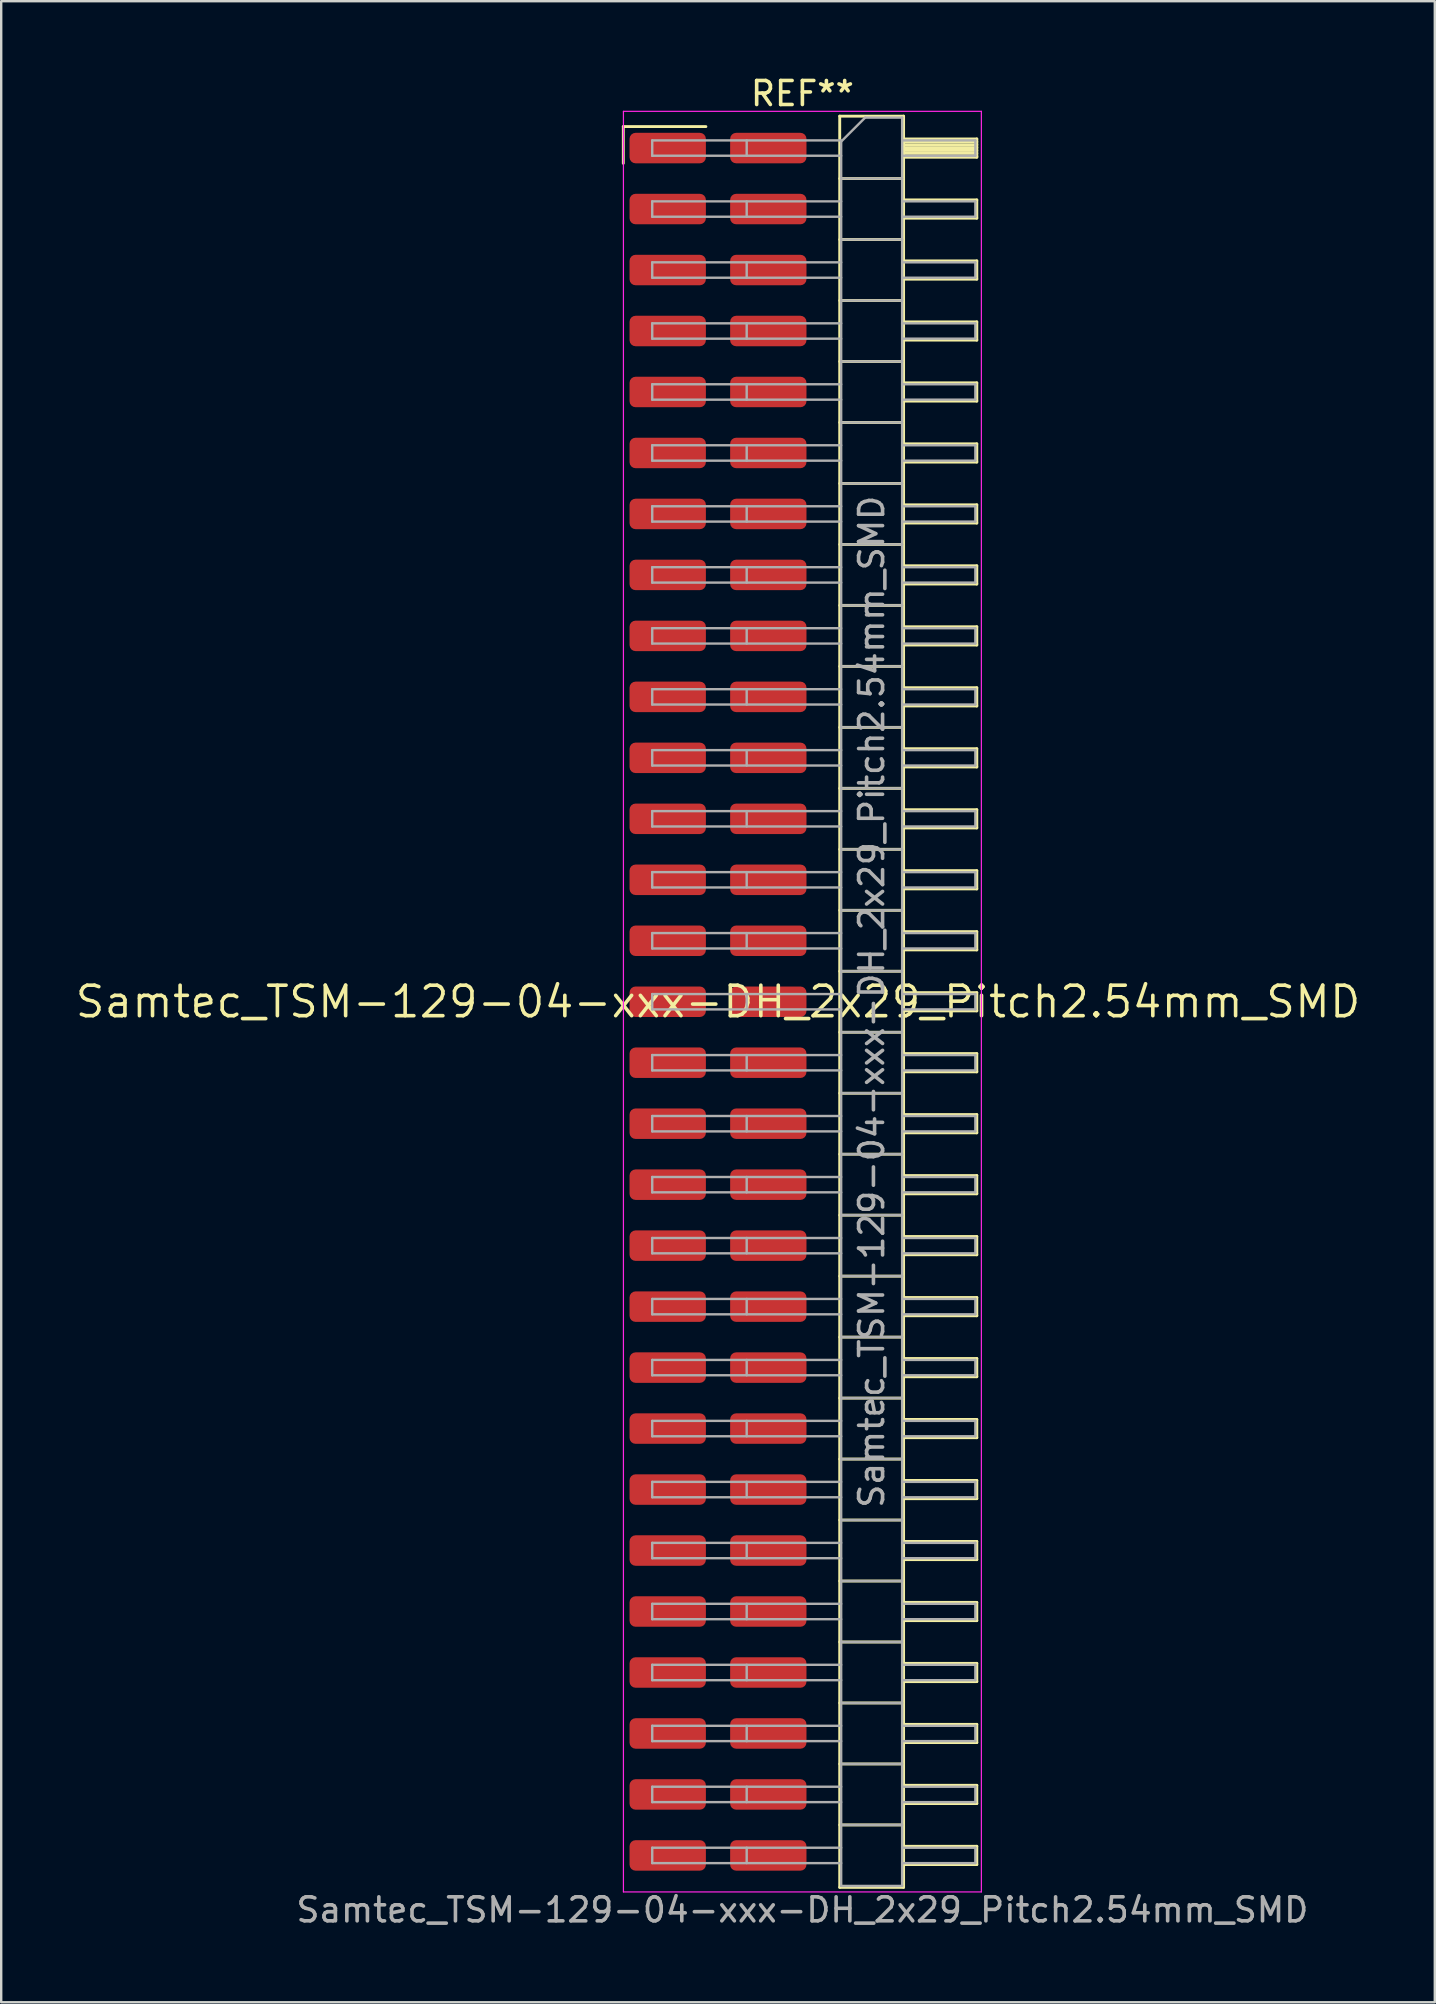
<source format=kicad_pcb>
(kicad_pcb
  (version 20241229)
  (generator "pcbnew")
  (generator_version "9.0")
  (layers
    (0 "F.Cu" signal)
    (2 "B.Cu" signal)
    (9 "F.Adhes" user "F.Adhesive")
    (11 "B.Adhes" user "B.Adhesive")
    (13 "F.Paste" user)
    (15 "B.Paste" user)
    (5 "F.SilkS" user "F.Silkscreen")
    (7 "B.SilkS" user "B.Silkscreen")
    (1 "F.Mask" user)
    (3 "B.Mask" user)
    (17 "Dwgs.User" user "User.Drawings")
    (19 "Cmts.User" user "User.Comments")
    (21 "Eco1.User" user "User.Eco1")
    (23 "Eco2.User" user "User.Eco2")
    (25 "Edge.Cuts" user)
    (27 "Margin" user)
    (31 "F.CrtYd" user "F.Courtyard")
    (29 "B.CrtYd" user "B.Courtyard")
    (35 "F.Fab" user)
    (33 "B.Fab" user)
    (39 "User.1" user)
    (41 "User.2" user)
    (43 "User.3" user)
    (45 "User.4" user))
  (footprint "Samtec_TSM-129-04-xxx-DH_2x29_Pitch2.54mm_SMD"
    (layer "F.Cu")
    (at 26.859 38.678)
    (property "Reference" "Samtec_TSM-129-04-xxx-DH_2x29_Pitch2.54mm_SMD" (at 0 0 0) (layer "F.SilkS") (effects (font (size 1.27 1.27) (thickness 0.15))))
    (attr smd)
    (fp_line (start -3.945 -36.455) (end -0.505 -36.455) (stroke (width 0.12) (type solid)) (layer "F.SilkS"))
    (fp_line (start -3.945 -34.925) (end -3.945 -36.455) (stroke (width 0.12) (type solid)) (layer "F.SilkS"))
    (fp_line (start 5.07 -36.89) (end 7.73 -36.89) (stroke (width 0.12) (type solid)) (layer "F.SilkS"))
    (fp_line (start 5.07 -34.29) (end 7.73 -34.29) (stroke (width 0.12) (type solid)) (layer "F.SilkS"))
    (fp_line (start 5.07 -31.75) (end 7.73 -31.75) (stroke (width 0.12) (type solid)) (layer "F.SilkS"))
    (fp_line (start 5.07 -29.21) (end 7.73 -29.21) (stroke (width 0.12) (type solid)) (layer "F.SilkS"))
    (fp_line (start 5.07 -26.67) (end 7.73 -26.67) (stroke (width 0.12) (type solid)) (layer "F.SilkS"))
    (fp_line (start 5.07 -24.13) (end 7.73 -24.13) (stroke (width 0.12) (type solid)) (layer "F.SilkS"))
    (fp_line (start 5.07 -21.59) (end 7.73 -21.59) (stroke (width 0.12) (type solid)) (layer "F.SilkS"))
    (fp_line (start 5.07 -19.05) (end 7.73 -19.05) (stroke (width 0.12) (type solid)) (layer "F.SilkS"))
    (fp_line (start 5.07 -16.51) (end 7.73 -16.51) (stroke (width 0.12) (type solid)) (layer "F.SilkS"))
    (fp_line (start 5.07 -13.97) (end 7.73 -13.97) (stroke (width 0.12) (type solid)) (layer "F.SilkS"))
    (fp_line (start 5.07 -11.43) (end 7.73 -11.43) (stroke (width 0.12) (type solid)) (layer "F.SilkS"))
    (fp_line (start 5.07 -8.89) (end 7.73 -8.89) (stroke (width 0.12) (type solid)) (layer "F.SilkS"))
    (fp_line (start 5.07 -6.35) (end 7.73 -6.35) (stroke (width 0.12) (type solid)) (layer "F.SilkS"))
    (fp_line (start 5.07 -3.81) (end 7.73 -3.81) (stroke (width 0.12) (type solid)) (layer "F.SilkS"))
    (fp_line (start 5.07 -1.27) (end 7.73 -1.27) (stroke (width 0.12) (type solid)) (layer "F.SilkS"))
    (fp_line (start 5.07 1.27) (end 7.73 1.27) (stroke (width 0.12) (type solid)) (layer "F.SilkS"))
    (fp_line (start 5.07 3.81) (end 7.73 3.81) (stroke (width 0.12) (type solid)) (layer "F.SilkS"))
    (fp_line (start 5.07 6.35) (end 7.73 6.35) (stroke (width 0.12) (type solid)) (layer "F.SilkS"))
    (fp_line (start 5.07 8.89) (end 7.73 8.89) (stroke (width 0.12) (type solid)) (layer "F.SilkS"))
    (fp_line (start 5.07 11.43) (end 7.73 11.43) (stroke (width 0.12) (type solid)) (layer "F.SilkS"))
    (fp_line (start 5.07 13.97) (end 7.73 13.97) (stroke (width 0.12) (type solid)) (layer "F.SilkS"))
    (fp_line (start 5.07 16.51) (end 7.73 16.51) (stroke (width 0.12) (type solid)) (layer "F.SilkS"))
    (fp_line (start 5.07 19.05) (end 7.73 19.05) (stroke (width 0.12) (type solid)) (layer "F.SilkS"))
    (fp_line (start 5.07 21.59) (end 7.73 21.59) (stroke (width 0.12) (type solid)) (layer "F.SilkS"))
    (fp_line (start 5.07 24.13) (end 7.73 24.13) (stroke (width 0.12) (type solid)) (layer "F.SilkS"))
    (fp_line (start 5.07 26.67) (end 7.73 26.67) (stroke (width 0.12) (type solid)) (layer "F.SilkS"))
    (fp_line (start 5.07 29.21) (end 7.73 29.21) (stroke (width 0.12) (type solid)) (layer "F.SilkS"))
    (fp_line (start 5.07 31.75) (end 7.73 31.75) (stroke (width 0.12) (type solid)) (layer "F.SilkS"))
    (fp_line (start 5.07 34.29) (end 7.73 34.29) (stroke (width 0.12) (type solid)) (layer "F.SilkS"))
    (fp_line (start 5.07 36.89) (end 5.07 -36.89) (stroke (width 0.12) (type solid)) (layer "F.SilkS"))
    (fp_line (start 7.73 -36.89) (end 7.73 36.89) (stroke (width 0.12) (type solid)) (layer "F.SilkS"))
    (fp_line (start 7.73 -35.94) (end 10.78 -35.94) (stroke (width 0.12) (type solid)) (layer "F.SilkS"))
    (fp_line (start 7.73 -35.82) (end 10.78 -35.82) (stroke (width 0.12) (type solid)) (layer "F.SilkS"))
    (fp_line (start 7.73 -35.7) (end 10.78 -35.7) (stroke (width 0.12) (type solid)) (layer "F.SilkS"))
    (fp_line (start 7.73 -35.58) (end 10.78 -35.58) (stroke (width 0.12) (type solid)) (layer "F.SilkS"))
    (fp_line (start 7.73 -35.46) (end 10.78 -35.46) (stroke (width 0.12) (type solid)) (layer "F.SilkS"))
    (fp_line (start 7.73 -35.34) (end 10.78 -35.34) (stroke (width 0.12) (type solid)) (layer "F.SilkS"))
    (fp_line (start 7.73 -35.22) (end 10.78 -35.22) (stroke (width 0.12) (type solid)) (layer "F.SilkS"))
    (fp_line (start 7.73 -35.18) (end 10.78 -35.18) (stroke (width 0.12) (type solid)) (layer "F.SilkS"))
    (fp_line (start 7.73 -33.4) (end 10.78 -33.4) (stroke (width 0.12) (type solid)) (layer "F.SilkS"))
    (fp_line (start 7.73 -32.64) (end 10.78 -32.64) (stroke (width 0.12) (type solid)) (layer "F.SilkS"))
    (fp_line (start 7.73 -30.86) (end 10.78 -30.86) (stroke (width 0.12) (type solid)) (layer "F.SilkS"))
    (fp_line (start 7.73 -30.1) (end 10.78 -30.1) (stroke (width 0.12) (type solid)) (layer "F.SilkS"))
    (fp_line (start 7.73 -28.32) (end 10.78 -28.32) (stroke (width 0.12) (type solid)) (layer "F.SilkS"))
    (fp_line (start 7.73 -27.56) (end 10.78 -27.56) (stroke (width 0.12) (type solid)) (layer "F.SilkS"))
    (fp_line (start 7.73 -25.78) (end 10.78 -25.78) (stroke (width 0.12) (type solid)) (layer "F.SilkS"))
    (fp_line (start 7.73 -25.02) (end 10.78 -25.02) (stroke (width 0.12) (type solid)) (layer "F.SilkS"))
    (fp_line (start 7.73 -23.24) (end 10.78 -23.24) (stroke (width 0.12) (type solid)) (layer "F.SilkS"))
    (fp_line (start 7.73 -22.48) (end 10.78 -22.48) (stroke (width 0.12) (type solid)) (layer "F.SilkS"))
    (fp_line (start 7.73 -20.7) (end 10.78 -20.7) (stroke (width 0.12) (type solid)) (layer "F.SilkS"))
    (fp_line (start 7.73 -19.94) (end 10.78 -19.94) (stroke (width 0.12) (type solid)) (layer "F.SilkS"))
    (fp_line (start 7.73 -18.16) (end 10.78 -18.16) (stroke (width 0.12) (type solid)) (layer "F.SilkS"))
    (fp_line (start 7.73 -17.4) (end 10.78 -17.4) (stroke (width 0.12) (type solid)) (layer "F.SilkS"))
    (fp_line (start 7.73 -15.62) (end 10.78 -15.62) (stroke (width 0.12) (type solid)) (layer "F.SilkS"))
    (fp_line (start 7.73 -14.86) (end 10.78 -14.86) (stroke (width 0.12) (type solid)) (layer "F.SilkS"))
    (fp_line (start 7.73 -13.08) (end 10.78 -13.08) (stroke (width 0.12) (type solid)) (layer "F.SilkS"))
    (fp_line (start 7.73 -12.32) (end 10.78 -12.32) (stroke (width 0.12) (type solid)) (layer "F.SilkS"))
    (fp_line (start 7.73 -10.54) (end 10.78 -10.54) (stroke (width 0.12) (type solid)) (layer "F.SilkS"))
    (fp_line (start 7.73 -9.78) (end 10.78 -9.78) (stroke (width 0.12) (type solid)) (layer "F.SilkS"))
    (fp_line (start 7.73 -8) (end 10.78 -8) (stroke (width 0.12) (type solid)) (layer "F.SilkS"))
    (fp_line (start 7.73 -7.24) (end 10.78 -7.24) (stroke (width 0.12) (type solid)) (layer "F.SilkS"))
    (fp_line (start 7.73 -5.46) (end 10.78 -5.46) (stroke (width 0.12) (type solid)) (layer "F.SilkS"))
    (fp_line (start 7.73 -4.7) (end 10.78 -4.7) (stroke (width 0.12) (type solid)) (layer "F.SilkS"))
    (fp_line (start 7.73 -2.92) (end 10.78 -2.92) (stroke (width 0.12) (type solid)) (layer "F.SilkS"))
    (fp_line (start 7.73 -2.16) (end 10.78 -2.16) (stroke (width 0.12) (type solid)) (layer "F.SilkS"))
    (fp_line (start 7.73 -0.38) (end 10.78 -0.38) (stroke (width 0.12) (type solid)) (layer "F.SilkS"))
    (fp_line (start 7.73 0.38) (end 10.78 0.38) (stroke (width 0.12) (type solid)) (layer "F.SilkS"))
    (fp_line (start 7.73 2.16) (end 10.78 2.16) (stroke (width 0.12) (type solid)) (layer "F.SilkS"))
    (fp_line (start 7.73 2.92) (end 10.78 2.92) (stroke (width 0.12) (type solid)) (layer "F.SilkS"))
    (fp_line (start 7.73 4.7) (end 10.78 4.7) (stroke (width 0.12) (type solid)) (layer "F.SilkS"))
    (fp_line (start 7.73 5.46) (end 10.78 5.46) (stroke (width 0.12) (type solid)) (layer "F.SilkS"))
    (fp_line (start 7.73 7.24) (end 10.78 7.24) (stroke (width 0.12) (type solid)) (layer "F.SilkS"))
    (fp_line (start 7.73 8) (end 10.78 8) (stroke (width 0.12) (type solid)) (layer "F.SilkS"))
    (fp_line (start 7.73 9.78) (end 10.78 9.78) (stroke (width 0.12) (type solid)) (layer "F.SilkS"))
    (fp_line (start 7.73 10.54) (end 10.78 10.54) (stroke (width 0.12) (type solid)) (layer "F.SilkS"))
    (fp_line (start 7.73 12.32) (end 10.78 12.32) (stroke (width 0.12) (type solid)) (layer "F.SilkS"))
    (fp_line (start 7.73 13.08) (end 10.78 13.08) (stroke (width 0.12) (type solid)) (layer "F.SilkS"))
    (fp_line (start 7.73 14.86) (end 10.78 14.86) (stroke (width 0.12) (type solid)) (layer "F.SilkS"))
    (fp_line (start 7.73 15.62) (end 10.78 15.62) (stroke (width 0.12) (type solid)) (layer "F.SilkS"))
    (fp_line (start 7.73 17.4) (end 10.78 17.4) (stroke (width 0.12) (type solid)) (layer "F.SilkS"))
    (fp_line (start 7.73 18.16) (end 10.78 18.16) (stroke (width 0.12) (type solid)) (layer "F.SilkS"))
    (fp_line (start 7.73 19.94) (end 10.78 19.94) (stroke (width 0.12) (type solid)) (layer "F.SilkS"))
    (fp_line (start 7.73 20.7) (end 10.78 20.7) (stroke (width 0.12) (type solid)) (layer "F.SilkS"))
    (fp_line (start 7.73 22.48) (end 10.78 22.48) (stroke (width 0.12) (type solid)) (layer "F.SilkS"))
    (fp_line (start 7.73 23.24) (end 10.78 23.24) (stroke (width 0.12) (type solid)) (layer "F.SilkS"))
    (fp_line (start 7.73 25.02) (end 10.78 25.02) (stroke (width 0.12) (type solid)) (layer "F.SilkS"))
    (fp_line (start 7.73 25.78) (end 10.78 25.78) (stroke (width 0.12) (type solid)) (layer "F.SilkS"))
    (fp_line (start 7.73 27.56) (end 10.78 27.56) (stroke (width 0.12) (type solid)) (layer "F.SilkS"))
    (fp_line (start 7.73 28.32) (end 10.78 28.32) (stroke (width 0.12) (type solid)) (layer "F.SilkS"))
    (fp_line (start 7.73 30.1) (end 10.78 30.1) (stroke (width 0.12) (type solid)) (layer "F.SilkS"))
    (fp_line (start 7.73 30.86) (end 10.78 30.86) (stroke (width 0.12) (type solid)) (layer "F.SilkS"))
    (fp_line (start 7.73 32.64) (end 10.78 32.64) (stroke (width 0.12) (type solid)) (layer "F.SilkS"))
    (fp_line (start 7.73 33.4) (end 10.78 33.4) (stroke (width 0.12) (type solid)) (layer "F.SilkS"))
    (fp_line (start 7.73 35.18) (end 10.78 35.18) (stroke (width 0.12) (type solid)) (layer "F.SilkS"))
    (fp_line (start 7.73 35.94) (end 10.78 35.94) (stroke (width 0.12) (type solid)) (layer "F.SilkS"))
    (fp_line (start 7.73 36.89) (end 5.07 36.89) (stroke (width 0.12) (type solid)) (layer "F.SilkS"))
    (fp_line (start 10.78 -35.94) (end 10.78 -35.18) (stroke (width 0.12) (type solid)) (layer "F.SilkS"))
    (fp_line (start 10.78 -33.4) (end 10.78 -32.64) (stroke (width 0.12) (type solid)) (layer "F.SilkS"))
    (fp_line (start 10.78 -30.86) (end 10.78 -30.1) (stroke (width 0.12) (type solid)) (layer "F.SilkS"))
    (fp_line (start 10.78 -28.32) (end 10.78 -27.56) (stroke (width 0.12) (type solid)) (layer "F.SilkS"))
    (fp_line (start 10.78 -25.78) (end 10.78 -25.02) (stroke (width 0.12) (type solid)) (layer "F.SilkS"))
    (fp_line (start 10.78 -23.24) (end 10.78 -22.48) (stroke (width 0.12) (type solid)) (layer "F.SilkS"))
    (fp_line (start 10.78 -20.7) (end 10.78 -19.94) (stroke (width 0.12) (type solid)) (layer "F.SilkS"))
    (fp_line (start 10.78 -18.16) (end 10.78 -17.4) (stroke (width 0.12) (type solid)) (layer "F.SilkS"))
    (fp_line (start 10.78 -15.62) (end 10.78 -14.86) (stroke (width 0.12) (type solid)) (layer "F.SilkS"))
    (fp_line (start 10.78 -13.08) (end 10.78 -12.32) (stroke (width 0.12) (type solid)) (layer "F.SilkS"))
    (fp_line (start 10.78 -10.54) (end 10.78 -9.78) (stroke (width 0.12) (type solid)) (layer "F.SilkS"))
    (fp_line (start 10.78 -8) (end 10.78 -7.24) (stroke (width 0.12) (type solid)) (layer "F.SilkS"))
    (fp_line (start 10.78 -5.46) (end 10.78 -4.7) (stroke (width 0.12) (type solid)) (layer "F.SilkS"))
    (fp_line (start 10.78 -2.92) (end 10.78 -2.16) (stroke (width 0.12) (type solid)) (layer "F.SilkS"))
    (fp_line (start 10.78 -0.38) (end 10.78 0.38) (stroke (width 0.12) (type solid)) (layer "F.SilkS"))
    (fp_line (start 10.78 2.16) (end 10.78 2.92) (stroke (width 0.12) (type solid)) (layer "F.SilkS"))
    (fp_line (start 10.78 4.7) (end 10.78 5.46) (stroke (width 0.12) (type solid)) (layer "F.SilkS"))
    (fp_line (start 10.78 7.24) (end 10.78 8) (stroke (width 0.12) (type solid)) (layer "F.SilkS"))
    (fp_line (start 10.78 9.78) (end 10.78 10.54) (stroke (width 0.12) (type solid)) (layer "F.SilkS"))
    (fp_line (start 10.78 12.32) (end 10.78 13.08) (stroke (width 0.12) (type solid)) (layer "F.SilkS"))
    (fp_line (start 10.78 14.86) (end 10.78 15.62) (stroke (width 0.12) (type solid)) (layer "F.SilkS"))
    (fp_line (start 10.78 17.4) (end 10.78 18.16) (stroke (width 0.12) (type solid)) (layer "F.SilkS"))
    (fp_line (start 10.78 19.94) (end 10.78 20.7) (stroke (width 0.12) (type solid)) (layer "F.SilkS"))
    (fp_line (start 10.78 22.48) (end 10.78 23.24) (stroke (width 0.12) (type solid)) (layer "F.SilkS"))
    (fp_line (start 10.78 25.02) (end 10.78 25.78) (stroke (width 0.12) (type solid)) (layer "F.SilkS"))
    (fp_line (start 10.78 27.56) (end 10.78 28.32) (stroke (width 0.12) (type solid)) (layer "F.SilkS"))
    (fp_line (start 10.78 30.1) (end 10.78 30.86) (stroke (width 0.12) (type solid)) (layer "F.SilkS"))
    (fp_line (start 10.78 32.64) (end 10.78 33.4) (stroke (width 0.12) (type solid)) (layer "F.SilkS"))
    (fp_line (start 10.78 35.18) (end 10.78 35.94) (stroke (width 0.12) (type solid)) (layer "F.SilkS"))
    (fp_line (start -3.94 -37.09) (end 10.97 -37.09) (stroke (width 0.05) (type solid)) (layer "F.CrtYd"))
    (fp_line (start -3.94 37.08) (end -3.94 -37.09) (stroke (width 0.05) (type solid)) (layer "F.CrtYd"))
    (fp_line (start 10.97 -37.09) (end 10.97 37.08) (stroke (width 0.05) (type solid)) (layer "F.CrtYd"))
    (fp_line (start 10.97 37.08) (end -3.94 37.08) (stroke (width 0.05) (type solid)) (layer "F.CrtYd"))
    (fp_line (start -2.74 -35.88) (end -2.74 -35.24) (stroke (width 0.1) (type solid)) (layer "F.Fab"))
    (fp_line (start -2.74 -35.88) (end 5.13 -35.88) (stroke (width 0.1) (type solid)) (layer "F.Fab"))
    (fp_line (start -2.74 -35.24) (end 5.13 -35.24) (stroke (width 0.1) (type solid)) (layer "F.Fab"))
    (fp_line (start -2.74 -33.34) (end -2.74 -32.7) (stroke (width 0.1) (type solid)) (layer "F.Fab"))
    (fp_line (start -2.74 -33.34) (end 5.13 -33.34) (stroke (width 0.1) (type solid)) (layer "F.Fab"))
    (fp_line (start -2.74 -32.7) (end 5.13 -32.7) (stroke (width 0.1) (type solid)) (layer "F.Fab"))
    (fp_line (start -2.74 -30.8) (end -2.74 -30.16) (stroke (width 0.1) (type solid)) (layer "F.Fab"))
    (fp_line (start -2.74 -30.8) (end 5.13 -30.8) (stroke (width 0.1) (type solid)) (layer "F.Fab"))
    (fp_line (start -2.74 -30.16) (end 5.13 -30.16) (stroke (width 0.1) (type solid)) (layer "F.Fab"))
    (fp_line (start -2.74 -28.26) (end -2.74 -27.62) (stroke (width 0.1) (type solid)) (layer "F.Fab"))
    (fp_line (start -2.74 -28.26) (end 5.13 -28.26) (stroke (width 0.1) (type solid)) (layer "F.Fab"))
    (fp_line (start -2.74 -27.62) (end 5.13 -27.62) (stroke (width 0.1) (type solid)) (layer "F.Fab"))
    (fp_line (start -2.74 -25.72) (end -2.74 -25.08) (stroke (width 0.1) (type solid)) (layer "F.Fab"))
    (fp_line (start -2.74 -25.72) (end 5.13 -25.72) (stroke (width 0.1) (type solid)) (layer "F.Fab"))
    (fp_line (start -2.74 -25.08) (end 5.13 -25.08) (stroke (width 0.1) (type solid)) (layer "F.Fab"))
    (fp_line (start -2.74 -23.18) (end -2.74 -22.54) (stroke (width 0.1) (type solid)) (layer "F.Fab"))
    (fp_line (start -2.74 -23.18) (end 5.13 -23.18) (stroke (width 0.1) (type solid)) (layer "F.Fab"))
    (fp_line (start -2.74 -22.54) (end 5.13 -22.54) (stroke (width 0.1) (type solid)) (layer "F.Fab"))
    (fp_line (start -2.74 -20.64) (end -2.74 -20) (stroke (width 0.1) (type solid)) (layer "F.Fab"))
    (fp_line (start -2.74 -20.64) (end 5.13 -20.64) (stroke (width 0.1) (type solid)) (layer "F.Fab"))
    (fp_line (start -2.74 -20) (end 5.13 -20) (stroke (width 0.1) (type solid)) (layer "F.Fab"))
    (fp_line (start -2.74 -18.1) (end -2.74 -17.46) (stroke (width 0.1) (type solid)) (layer "F.Fab"))
    (fp_line (start -2.74 -18.1) (end 5.13 -18.1) (stroke (width 0.1) (type solid)) (layer "F.Fab"))
    (fp_line (start -2.74 -17.46) (end 5.13 -17.46) (stroke (width 0.1) (type solid)) (layer "F.Fab"))
    (fp_line (start -2.74 -15.56) (end -2.74 -14.92) (stroke (width 0.1) (type solid)) (layer "F.Fab"))
    (fp_line (start -2.74 -15.56) (end 5.13 -15.56) (stroke (width 0.1) (type solid)) (layer "F.Fab"))
    (fp_line (start -2.74 -14.92) (end 5.13 -14.92) (stroke (width 0.1) (type solid)) (layer "F.Fab"))
    (fp_line (start -2.74 -13.02) (end -2.74 -12.38) (stroke (width 0.1) (type solid)) (layer "F.Fab"))
    (fp_line (start -2.74 -13.02) (end 5.13 -13.02) (stroke (width 0.1) (type solid)) (layer "F.Fab"))
    (fp_line (start -2.74 -12.38) (end 5.13 -12.38) (stroke (width 0.1) (type solid)) (layer "F.Fab"))
    (fp_line (start -2.74 -10.48) (end -2.74 -9.84) (stroke (width 0.1) (type solid)) (layer "F.Fab"))
    (fp_line (start -2.74 -10.48) (end 5.13 -10.48) (stroke (width 0.1) (type solid)) (layer "F.Fab"))
    (fp_line (start -2.74 -9.84) (end 5.13 -9.84) (stroke (width 0.1) (type solid)) (layer "F.Fab"))
    (fp_line (start -2.74 -7.94) (end -2.74 -7.3) (stroke (width 0.1) (type solid)) (layer "F.Fab"))
    (fp_line (start -2.74 -7.94) (end 5.13 -7.94) (stroke (width 0.1) (type solid)) (layer "F.Fab"))
    (fp_line (start -2.74 -7.3) (end 5.13 -7.3) (stroke (width 0.1) (type solid)) (layer "F.Fab"))
    (fp_line (start -2.74 -5.4) (end -2.74 -4.76) (stroke (width 0.1) (type solid)) (layer "F.Fab"))
    (fp_line (start -2.74 -5.4) (end 5.13 -5.4) (stroke (width 0.1) (type solid)) (layer "F.Fab"))
    (fp_line (start -2.74 -4.76) (end 5.13 -4.76) (stroke (width 0.1) (type solid)) (layer "F.Fab"))
    (fp_line (start -2.74 -2.86) (end -2.74 -2.22) (stroke (width 0.1) (type solid)) (layer "F.Fab"))
    (fp_line (start -2.74 -2.86) (end 5.13 -2.86) (stroke (width 0.1) (type solid)) (layer "F.Fab"))
    (fp_line (start -2.74 -2.22) (end 5.13 -2.22) (stroke (width 0.1) (type solid)) (layer "F.Fab"))
    (fp_line (start -2.74 -0.32) (end -2.74 0.32) (stroke (width 0.1) (type solid)) (layer "F.Fab"))
    (fp_line (start -2.74 -0.32) (end 5.13 -0.32) (stroke (width 0.1) (type solid)) (layer "F.Fab"))
    (fp_line (start -2.74 0.32) (end 5.13 0.32) (stroke (width 0.1) (type solid)) (layer "F.Fab"))
    (fp_line (start -2.74 2.22) (end -2.74 2.86) (stroke (width 0.1) (type solid)) (layer "F.Fab"))
    (fp_line (start -2.74 2.22) (end 5.13 2.22) (stroke (width 0.1) (type solid)) (layer "F.Fab"))
    (fp_line (start -2.74 2.86) (end 5.13 2.86) (stroke (width 0.1) (type solid)) (layer "F.Fab"))
    (fp_line (start -2.74 4.76) (end -2.74 5.4) (stroke (width 0.1) (type solid)) (layer "F.Fab"))
    (fp_line (start -2.74 4.76) (end 5.13 4.76) (stroke (width 0.1) (type solid)) (layer "F.Fab"))
    (fp_line (start -2.74 5.4) (end 5.13 5.4) (stroke (width 0.1) (type solid)) (layer "F.Fab"))
    (fp_line (start -2.74 7.3) (end -2.74 7.94) (stroke (width 0.1) (type solid)) (layer "F.Fab"))
    (fp_line (start -2.74 7.3) (end 5.13 7.3) (stroke (width 0.1) (type solid)) (layer "F.Fab"))
    (fp_line (start -2.74 7.94) (end 5.13 7.94) (stroke (width 0.1) (type solid)) (layer "F.Fab"))
    (fp_line (start -2.74 9.84) (end -2.74 10.48) (stroke (width 0.1) (type solid)) (layer "F.Fab"))
    (fp_line (start -2.74 9.84) (end 5.13 9.84) (stroke (width 0.1) (type solid)) (layer "F.Fab"))
    (fp_line (start -2.74 10.48) (end 5.13 10.48) (stroke (width 0.1) (type solid)) (layer "F.Fab"))
    (fp_line (start -2.74 12.38) (end -2.74 13.02) (stroke (width 0.1) (type solid)) (layer "F.Fab"))
    (fp_line (start -2.74 12.38) (end 5.13 12.38) (stroke (width 0.1) (type solid)) (layer "F.Fab"))
    (fp_line (start -2.74 13.02) (end 5.13 13.02) (stroke (width 0.1) (type solid)) (layer "F.Fab"))
    (fp_line (start -2.74 14.92) (end -2.74 15.56) (stroke (width 0.1) (type solid)) (layer "F.Fab"))
    (fp_line (start -2.74 14.92) (end 5.13 14.92) (stroke (width 0.1) (type solid)) (layer "F.Fab"))
    (fp_line (start -2.74 15.56) (end 5.13 15.56) (stroke (width 0.1) (type solid)) (layer "F.Fab"))
    (fp_line (start -2.74 17.46) (end -2.74 18.1) (stroke (width 0.1) (type solid)) (layer "F.Fab"))
    (fp_line (start -2.74 17.46) (end 5.13 17.46) (stroke (width 0.1) (type solid)) (layer "F.Fab"))
    (fp_line (start -2.74 18.1) (end 5.13 18.1) (stroke (width 0.1) (type solid)) (layer "F.Fab"))
    (fp_line (start -2.74 20) (end -2.74 20.64) (stroke (width 0.1) (type solid)) (layer "F.Fab"))
    (fp_line (start -2.74 20) (end 5.13 20) (stroke (width 0.1) (type solid)) (layer "F.Fab"))
    (fp_line (start -2.74 20.64) (end 5.13 20.64) (stroke (width 0.1) (type solid)) (layer "F.Fab"))
    (fp_line (start -2.74 22.54) (end -2.74 23.18) (stroke (width 0.1) (type solid)) (layer "F.Fab"))
    (fp_line (start -2.74 22.54) (end 5.13 22.54) (stroke (width 0.1) (type solid)) (layer "F.Fab"))
    (fp_line (start -2.74 23.18) (end 5.13 23.18) (stroke (width 0.1) (type solid)) (layer "F.Fab"))
    (fp_line (start -2.74 25.08) (end -2.74 25.72) (stroke (width 0.1) (type solid)) (layer "F.Fab"))
    (fp_line (start -2.74 25.08) (end 5.13 25.08) (stroke (width 0.1) (type solid)) (layer "F.Fab"))
    (fp_line (start -2.74 25.72) (end 5.13 25.72) (stroke (width 0.1) (type solid)) (layer "F.Fab"))
    (fp_line (start -2.74 27.62) (end -2.74 28.26) (stroke (width 0.1) (type solid)) (layer "F.Fab"))
    (fp_line (start -2.74 27.62) (end 5.13 27.62) (stroke (width 0.1) (type solid)) (layer "F.Fab"))
    (fp_line (start -2.74 28.26) (end 5.13 28.26) (stroke (width 0.1) (type solid)) (layer "F.Fab"))
    (fp_line (start -2.74 30.16) (end -2.74 30.8) (stroke (width 0.1) (type solid)) (layer "F.Fab"))
    (fp_line (start -2.74 30.16) (end 5.13 30.16) (stroke (width 0.1) (type solid)) (layer "F.Fab"))
    (fp_line (start -2.74 30.8) (end 5.13 30.8) (stroke (width 0.1) (type solid)) (layer "F.Fab"))
    (fp_line (start -2.74 32.7) (end -2.74 33.34) (stroke (width 0.1) (type solid)) (layer "F.Fab"))
    (fp_line (start -2.74 32.7) (end 5.13 32.7) (stroke (width 0.1) (type solid)) (layer "F.Fab"))
    (fp_line (start -2.74 33.34) (end 5.13 33.34) (stroke (width 0.1) (type solid)) (layer "F.Fab"))
    (fp_line (start -2.74 35.24) (end -2.74 35.88) (stroke (width 0.1) (type solid)) (layer "F.Fab"))
    (fp_line (start -2.74 35.24) (end 5.13 35.24) (stroke (width 0.1) (type solid)) (layer "F.Fab"))
    (fp_line (start -2.74 35.88) (end 5.13 35.88) (stroke (width 0.1) (type solid)) (layer "F.Fab"))
    (fp_line (start 1.195 -35.88) (end 1.195 -35.24) (stroke (width 0.1) (type solid)) (layer "F.Fab"))
    (fp_line (start 1.195 -33.34) (end 1.195 -32.7) (stroke (width 0.1) (type solid)) (layer "F.Fab"))
    (fp_line (start 1.195 -30.8) (end 1.195 -30.16) (stroke (width 0.1) (type solid)) (layer "F.Fab"))
    (fp_line (start 1.195 -28.26) (end 1.195 -27.62) (stroke (width 0.1) (type solid)) (layer "F.Fab"))
    (fp_line (start 1.195 -25.72) (end 1.195 -25.08) (stroke (width 0.1) (type solid)) (layer "F.Fab"))
    (fp_line (start 1.195 -23.18) (end 1.195 -22.54) (stroke (width 0.1) (type solid)) (layer "F.Fab"))
    (fp_line (start 1.195 -20.64) (end 1.195 -20) (stroke (width 0.1) (type solid)) (layer "F.Fab"))
    (fp_line (start 1.195 -18.1) (end 1.195 -17.46) (stroke (width 0.1) (type solid)) (layer "F.Fab"))
    (fp_line (start 1.195 -15.56) (end 1.195 -14.92) (stroke (width 0.1) (type solid)) (layer "F.Fab"))
    (fp_line (start 1.195 -13.02) (end 1.195 -12.38) (stroke (width 0.1) (type solid)) (layer "F.Fab"))
    (fp_line (start 1.195 -10.48) (end 1.195 -9.84) (stroke (width 0.1) (type solid)) (layer "F.Fab"))
    (fp_line (start 1.195 -7.94) (end 1.195 -7.3) (stroke (width 0.1) (type solid)) (layer "F.Fab"))
    (fp_line (start 1.195 -5.4) (end 1.195 -4.76) (stroke (width 0.1) (type solid)) (layer "F.Fab"))
    (fp_line (start 1.195 -2.86) (end 1.195 -2.22) (stroke (width 0.1) (type solid)) (layer "F.Fab"))
    (fp_line (start 1.195 -0.32) (end 1.195 0.32) (stroke (width 0.1) (type solid)) (layer "F.Fab"))
    (fp_line (start 1.195 2.22) (end 1.195 2.86) (stroke (width 0.1) (type solid)) (layer "F.Fab"))
    (fp_line (start 1.195 4.76) (end 1.195 5.4) (stroke (width 0.1) (type solid)) (layer "F.Fab"))
    (fp_line (start 1.195 7.3) (end 1.195 7.94) (stroke (width 0.1) (type solid)) (layer "F.Fab"))
    (fp_line (start 1.195 9.84) (end 1.195 10.48) (stroke (width 0.1) (type solid)) (layer "F.Fab"))
    (fp_line (start 1.195 12.38) (end 1.195 13.02) (stroke (width 0.1) (type solid)) (layer "F.Fab"))
    (fp_line (start 1.195 14.92) (end 1.195 15.56) (stroke (width 0.1) (type solid)) (layer "F.Fab"))
    (fp_line (start 1.195 17.46) (end 1.195 18.1) (stroke (width 0.1) (type solid)) (layer "F.Fab"))
    (fp_line (start 1.195 20) (end 1.195 20.64) (stroke (width 0.1) (type solid)) (layer "F.Fab"))
    (fp_line (start 1.195 22.54) (end 1.195 23.18) (stroke (width 0.1) (type solid)) (layer "F.Fab"))
    (fp_line (start 1.195 25.08) (end 1.195 25.72) (stroke (width 0.1) (type solid)) (layer "F.Fab"))
    (fp_line (start 1.195 27.62) (end 1.195 28.26) (stroke (width 0.1) (type solid)) (layer "F.Fab"))
    (fp_line (start 1.195 30.16) (end 1.195 30.8) (stroke (width 0.1) (type solid)) (layer "F.Fab"))
    (fp_line (start 1.195 32.7) (end 1.195 33.34) (stroke (width 0.1) (type solid)) (layer "F.Fab"))
    (fp_line (start 1.195 35.24) (end 1.195 35.88) (stroke (width 0.1) (type solid)) (layer "F.Fab"))
    (fp_line (start 5.13 -35.83) (end 6.13 -36.83) (stroke (width 0.1) (type solid)) (layer "F.Fab"))
    (fp_line (start 5.13 -34.29) (end 7.67 -34.29) (stroke (width 0.1) (type solid)) (layer "F.Fab"))
    (fp_line (start 5.13 -31.75) (end 7.67 -31.75) (stroke (width 0.1) (type solid)) (layer "F.Fab"))
    (fp_line (start 5.13 -29.21) (end 7.67 -29.21) (stroke (width 0.1) (type solid)) (layer "F.Fab"))
    (fp_line (start 5.13 -26.67) (end 7.67 -26.67) (stroke (width 0.1) (type solid)) (layer "F.Fab"))
    (fp_line (start 5.13 -24.13) (end 7.67 -24.13) (stroke (width 0.1) (type solid)) (layer "F.Fab"))
    (fp_line (start 5.13 -21.59) (end 7.67 -21.59) (stroke (width 0.1) (type solid)) (layer "F.Fab"))
    (fp_line (start 5.13 -19.05) (end 7.67 -19.05) (stroke (width 0.1) (type solid)) (layer "F.Fab"))
    (fp_line (start 5.13 -16.51) (end 7.67 -16.51) (stroke (width 0.1) (type solid)) (layer "F.Fab"))
    (fp_line (start 5.13 -13.97) (end 7.67 -13.97) (stroke (width 0.1) (type solid)) (layer "F.Fab"))
    (fp_line (start 5.13 -11.43) (end 7.67 -11.43) (stroke (width 0.1) (type solid)) (layer "F.Fab"))
    (fp_line (start 5.13 -8.89) (end 7.67 -8.89) (stroke (width 0.1) (type solid)) (layer "F.Fab"))
    (fp_line (start 5.13 -6.35) (end 7.67 -6.35) (stroke (width 0.1) (type solid)) (layer "F.Fab"))
    (fp_line (start 5.13 -3.81) (end 7.67 -3.81) (stroke (width 0.1) (type solid)) (layer "F.Fab"))
    (fp_line (start 5.13 -1.27) (end 7.67 -1.27) (stroke (width 0.1) (type solid)) (layer "F.Fab"))
    (fp_line (start 5.13 1.27) (end 7.67 1.27) (stroke (width 0.1) (type solid)) (layer "F.Fab"))
    (fp_line (start 5.13 3.81) (end 7.67 3.81) (stroke (width 0.1) (type solid)) (layer "F.Fab"))
    (fp_line (start 5.13 6.35) (end 7.67 6.35) (stroke (width 0.1) (type solid)) (layer "F.Fab"))
    (fp_line (start 5.13 8.89) (end 7.67 8.89) (stroke (width 0.1) (type solid)) (layer "F.Fab"))
    (fp_line (start 5.13 11.43) (end 7.67 11.43) (stroke (width 0.1) (type solid)) (layer "F.Fab"))
    (fp_line (start 5.13 13.97) (end 7.67 13.97) (stroke (width 0.1) (type solid)) (layer "F.Fab"))
    (fp_line (start 5.13 16.51) (end 7.67 16.51) (stroke (width 0.1) (type solid)) (layer "F.Fab"))
    (fp_line (start 5.13 19.05) (end 7.67 19.05) (stroke (width 0.1) (type solid)) (layer "F.Fab"))
    (fp_line (start 5.13 21.59) (end 7.67 21.59) (stroke (width 0.1) (type solid)) (layer "F.Fab"))
    (fp_line (start 5.13 24.13) (end 7.67 24.13) (stroke (width 0.1) (type solid)) (layer "F.Fab"))
    (fp_line (start 5.13 26.67) (end 7.67 26.67) (stroke (width 0.1) (type solid)) (layer "F.Fab"))
    (fp_line (start 5.13 29.21) (end 7.67 29.21) (stroke (width 0.1) (type solid)) (layer "F.Fab"))
    (fp_line (start 5.13 31.75) (end 7.67 31.75) (stroke (width 0.1) (type solid)) (layer "F.Fab"))
    (fp_line (start 5.13 34.29) (end 7.67 34.29) (stroke (width 0.1) (type solid)) (layer "F.Fab"))
    (fp_line (start 5.13 36.83) (end 5.13 -35.83) (stroke (width 0.1) (type solid)) (layer "F.Fab"))
    (fp_line (start 6.13 -36.83) (end 7.67 -36.83) (stroke (width 0.1) (type solid)) (layer "F.Fab"))
    (fp_line (start 7.67 -36.83) (end 7.67 36.83) (stroke (width 0.1) (type solid)) (layer "F.Fab"))
    (fp_line (start 7.67 -35.88) (end 10.72 -35.88) (stroke (width 0.1) (type solid)) (layer "F.Fab"))
    (fp_line (start 7.67 -35.24) (end 10.72 -35.24) (stroke (width 0.1) (type solid)) (layer "F.Fab"))
    (fp_line (start 7.67 -33.34) (end 10.72 -33.34) (stroke (width 0.1) (type solid)) (layer "F.Fab"))
    (fp_line (start 7.67 -32.7) (end 10.72 -32.7) (stroke (width 0.1) (type solid)) (layer "F.Fab"))
    (fp_line (start 7.67 -30.8) (end 10.72 -30.8) (stroke (width 0.1) (type solid)) (layer "F.Fab"))
    (fp_line (start 7.67 -30.16) (end 10.72 -30.16) (stroke (width 0.1) (type solid)) (layer "F.Fab"))
    (fp_line (start 7.67 -28.26) (end 10.72 -28.26) (stroke (width 0.1) (type solid)) (layer "F.Fab"))
    (fp_line (start 7.67 -27.62) (end 10.72 -27.62) (stroke (width 0.1) (type solid)) (layer "F.Fab"))
    (fp_line (start 7.67 -25.72) (end 10.72 -25.72) (stroke (width 0.1) (type solid)) (layer "F.Fab"))
    (fp_line (start 7.67 -25.08) (end 10.72 -25.08) (stroke (width 0.1) (type solid)) (layer "F.Fab"))
    (fp_line (start 7.67 -23.18) (end 10.72 -23.18) (stroke (width 0.1) (type solid)) (layer "F.Fab"))
    (fp_line (start 7.67 -22.54) (end 10.72 -22.54) (stroke (width 0.1) (type solid)) (layer "F.Fab"))
    (fp_line (start 7.67 -20.64) (end 10.72 -20.64) (stroke (width 0.1) (type solid)) (layer "F.Fab"))
    (fp_line (start 7.67 -20) (end 10.72 -20) (stroke (width 0.1) (type solid)) (layer "F.Fab"))
    (fp_line (start 7.67 -18.1) (end 10.72 -18.1) (stroke (width 0.1) (type solid)) (layer "F.Fab"))
    (fp_line (start 7.67 -17.46) (end 10.72 -17.46) (stroke (width 0.1) (type solid)) (layer "F.Fab"))
    (fp_line (start 7.67 -15.56) (end 10.72 -15.56) (stroke (width 0.1) (type solid)) (layer "F.Fab"))
    (fp_line (start 7.67 -14.92) (end 10.72 -14.92) (stroke (width 0.1) (type solid)) (layer "F.Fab"))
    (fp_line (start 7.67 -13.02) (end 10.72 -13.02) (stroke (width 0.1) (type solid)) (layer "F.Fab"))
    (fp_line (start 7.67 -12.38) (end 10.72 -12.38) (stroke (width 0.1) (type solid)) (layer "F.Fab"))
    (fp_line (start 7.67 -10.48) (end 10.72 -10.48) (stroke (width 0.1) (type solid)) (layer "F.Fab"))
    (fp_line (start 7.67 -9.84) (end 10.72 -9.84) (stroke (width 0.1) (type solid)) (layer "F.Fab"))
    (fp_line (start 7.67 -7.94) (end 10.72 -7.94) (stroke (width 0.1) (type solid)) (layer "F.Fab"))
    (fp_line (start 7.67 -7.3) (end 10.72 -7.3) (stroke (width 0.1) (type solid)) (layer "F.Fab"))
    (fp_line (start 7.67 -5.4) (end 10.72 -5.4) (stroke (width 0.1) (type solid)) (layer "F.Fab"))
    (fp_line (start 7.67 -4.76) (end 10.72 -4.76) (stroke (width 0.1) (type solid)) (layer "F.Fab"))
    (fp_line (start 7.67 -2.86) (end 10.72 -2.86) (stroke (width 0.1) (type solid)) (layer "F.Fab"))
    (fp_line (start 7.67 -2.22) (end 10.72 -2.22) (stroke (width 0.1) (type solid)) (layer "F.Fab"))
    (fp_line (start 7.67 -0.32) (end 10.72 -0.32) (stroke (width 0.1) (type solid)) (layer "F.Fab"))
    (fp_line (start 7.67 0.32) (end 10.72 0.32) (stroke (width 0.1) (type solid)) (layer "F.Fab"))
    (fp_line (start 7.67 2.22) (end 10.72 2.22) (stroke (width 0.1) (type solid)) (layer "F.Fab"))
    (fp_line (start 7.67 2.86) (end 10.72 2.86) (stroke (width 0.1) (type solid)) (layer "F.Fab"))
    (fp_line (start 7.67 4.76) (end 10.72 4.76) (stroke (width 0.1) (type solid)) (layer "F.Fab"))
    (fp_line (start 7.67 5.4) (end 10.72 5.4) (stroke (width 0.1) (type solid)) (layer "F.Fab"))
    (fp_line (start 7.67 7.3) (end 10.72 7.3) (stroke (width 0.1) (type solid)) (layer "F.Fab"))
    (fp_line (start 7.67 7.94) (end 10.72 7.94) (stroke (width 0.1) (type solid)) (layer "F.Fab"))
    (fp_line (start 7.67 9.84) (end 10.72 9.84) (stroke (width 0.1) (type solid)) (layer "F.Fab"))
    (fp_line (start 7.67 10.48) (end 10.72 10.48) (stroke (width 0.1) (type solid)) (layer "F.Fab"))
    (fp_line (start 7.67 12.38) (end 10.72 12.38) (stroke (width 0.1) (type solid)) (layer "F.Fab"))
    (fp_line (start 7.67 13.02) (end 10.72 13.02) (stroke (width 0.1) (type solid)) (layer "F.Fab"))
    (fp_line (start 7.67 14.92) (end 10.72 14.92) (stroke (width 0.1) (type solid)) (layer "F.Fab"))
    (fp_line (start 7.67 15.56) (end 10.72 15.56) (stroke (width 0.1) (type solid)) (layer "F.Fab"))
    (fp_line (start 7.67 17.46) (end 10.72 17.46) (stroke (width 0.1) (type solid)) (layer "F.Fab"))
    (fp_line (start 7.67 18.1) (end 10.72 18.1) (stroke (width 0.1) (type solid)) (layer "F.Fab"))
    (fp_line (start 7.67 20) (end 10.72 20) (stroke (width 0.1) (type solid)) (layer "F.Fab"))
    (fp_line (start 7.67 20.64) (end 10.72 20.64) (stroke (width 0.1) (type solid)) (layer "F.Fab"))
    (fp_line (start 7.67 22.54) (end 10.72 22.54) (stroke (width 0.1) (type solid)) (layer "F.Fab"))
    (fp_line (start 7.67 23.18) (end 10.72 23.18) (stroke (width 0.1) (type solid)) (layer "F.Fab"))
    (fp_line (start 7.67 25.08) (end 10.72 25.08) (stroke (width 0.1) (type solid)) (layer "F.Fab"))
    (fp_line (start 7.67 25.72) (end 10.72 25.72) (stroke (width 0.1) (type solid)) (layer "F.Fab"))
    (fp_line (start 7.67 27.62) (end 10.72 27.62) (stroke (width 0.1) (type solid)) (layer "F.Fab"))
    (fp_line (start 7.67 28.26) (end 10.72 28.26) (stroke (width 0.1) (type solid)) (layer "F.Fab"))
    (fp_line (start 7.67 30.16) (end 10.72 30.16) (stroke (width 0.1) (type solid)) (layer "F.Fab"))
    (fp_line (start 7.67 30.8) (end 10.72 30.8) (stroke (width 0.1) (type solid)) (layer "F.Fab"))
    (fp_line (start 7.67 32.7) (end 10.72 32.7) (stroke (width 0.1) (type solid)) (layer "F.Fab"))
    (fp_line (start 7.67 33.34) (end 10.72 33.34) (stroke (width 0.1) (type solid)) (layer "F.Fab"))
    (fp_line (start 7.67 35.24) (end 10.72 35.24) (stroke (width 0.1) (type solid)) (layer "F.Fab"))
    (fp_line (start 7.67 35.88) (end 10.72 35.88) (stroke (width 0.1) (type solid)) (layer "F.Fab"))
    (fp_line (start 7.67 36.83) (end 5.13 36.83) (stroke (width 0.1) (type solid)) (layer "F.Fab"))
    (fp_line (start 10.72 -35.88) (end 10.72 -35.24) (stroke (width 0.1) (type solid)) (layer "F.Fab"))
    (fp_line (start 10.72 -33.34) (end 10.72 -32.7) (stroke (width 0.1) (type solid)) (layer "F.Fab"))
    (fp_line (start 10.72 -30.8) (end 10.72 -30.16) (stroke (width 0.1) (type solid)) (layer "F.Fab"))
    (fp_line (start 10.72 -28.26) (end 10.72 -27.62) (stroke (width 0.1) (type solid)) (layer "F.Fab"))
    (fp_line (start 10.72 -25.72) (end 10.72 -25.08) (stroke (width 0.1) (type solid)) (layer "F.Fab"))
    (fp_line (start 10.72 -23.18) (end 10.72 -22.54) (stroke (width 0.1) (type solid)) (layer "F.Fab"))
    (fp_line (start 10.72 -20.64) (end 10.72 -20) (stroke (width 0.1) (type solid)) (layer "F.Fab"))
    (fp_line (start 10.72 -18.1) (end 10.72 -17.46) (stroke (width 0.1) (type solid)) (layer "F.Fab"))
    (fp_line (start 10.72 -15.56) (end 10.72 -14.92) (stroke (width 0.1) (type solid)) (layer "F.Fab"))
    (fp_line (start 10.72 -13.02) (end 10.72 -12.38) (stroke (width 0.1) (type solid)) (layer "F.Fab"))
    (fp_line (start 10.72 -10.48) (end 10.72 -9.84) (stroke (width 0.1) (type solid)) (layer "F.Fab"))
    (fp_line (start 10.72 -7.94) (end 10.72 -7.3) (stroke (width 0.1) (type solid)) (layer "F.Fab"))
    (fp_line (start 10.72 -5.4) (end 10.72 -4.76) (stroke (width 0.1) (type solid)) (layer "F.Fab"))
    (fp_line (start 10.72 -2.86) (end 10.72 -2.22) (stroke (width 0.1) (type solid)) (layer "F.Fab"))
    (fp_line (start 10.72 -0.32) (end 10.72 0.32) (stroke (width 0.1) (type solid)) (layer "F.Fab"))
    (fp_line (start 10.72 2.22) (end 10.72 2.86) (stroke (width 0.1) (type solid)) (layer "F.Fab"))
    (fp_line (start 10.72 4.76) (end 10.72 5.4) (stroke (width 0.1) (type solid)) (layer "F.Fab"))
    (fp_line (start 10.72 7.3) (end 10.72 7.94) (stroke (width 0.1) (type solid)) (layer "F.Fab"))
    (fp_line (start 10.72 9.84) (end 10.72 10.48) (stroke (width 0.1) (type solid)) (layer "F.Fab"))
    (fp_line (start 10.72 12.38) (end 10.72 13.02) (stroke (width 0.1) (type solid)) (layer "F.Fab"))
    (fp_line (start 10.72 14.92) (end 10.72 15.56) (stroke (width 0.1) (type solid)) (layer "F.Fab"))
    (fp_line (start 10.72 17.46) (end 10.72 18.1) (stroke (width 0.1) (type solid)) (layer "F.Fab"))
    (fp_line (start 10.72 20) (end 10.72 20.64) (stroke (width 0.1) (type solid)) (layer "F.Fab"))
    (fp_line (start 10.72 22.54) (end 10.72 23.18) (stroke (width 0.1) (type solid)) (layer "F.Fab"))
    (fp_line (start 10.72 25.08) (end 10.72 25.72) (stroke (width 0.1) (type solid)) (layer "F.Fab"))
    (fp_line (start 10.72 27.62) (end 10.72 28.26) (stroke (width 0.1) (type solid)) (layer "F.Fab"))
    (fp_line (start 10.72 30.16) (end 10.72 30.8) (stroke (width 0.1) (type solid)) (layer "F.Fab"))
    (fp_line (start 10.72 32.7) (end 10.72 33.34) (stroke (width 0.1) (type solid)) (layer "F.Fab"))
    (fp_line (start 10.72 35.24) (end 10.72 35.88) (stroke (width 0.1) (type solid)) (layer "F.Fab"))
    (fp_text user "REF**" (at 3.515 -37.83 0) (layer "F.SilkS") (effects (font (size 1 1) (thickness 0.15))))
    (fp_text user "Samtec_TSM-129-04-xxx-DH_2x29_Pitch2.54mm_SMD" (at 3.515 37.83 0) (layer "F.Fab") (effects (font (size 1 1) (thickness 0.15))))
    (fp_text user "${REFERENCE}" (at 6.4 0 90) (layer "F.Fab") (effects (font (size 1 1) (thickness 0.15))))
    (pad "1" smd roundrect (at -2.095 -35.56) (size 3.18 1.27) (layers "F.Cu" "F.Mask" "F.Paste") (roundrect_rratio 0.197))
    (pad "2" smd roundrect (at 2.095 -35.56) (size 3.18 1.27) (layers "F.Cu" "F.Mask" "F.Paste") (roundrect_rratio 0.197))
    (pad "3" smd roundrect (at -2.095 -33.02) (size 3.18 1.27) (layers "F.Cu" "F.Mask" "F.Paste") (roundrect_rratio 0.197))
    (pad "4" smd roundrect (at 2.095 -33.02) (size 3.18 1.27) (layers "F.Cu" "F.Mask" "F.Paste") (roundrect_rratio 0.197))
    (pad "5" smd roundrect (at -2.095 -30.48) (size 3.18 1.27) (layers "F.Cu" "F.Mask" "F.Paste") (roundrect_rratio 0.197))
    (pad "6" smd roundrect (at 2.095 -30.48) (size 3.18 1.27) (layers "F.Cu" "F.Mask" "F.Paste") (roundrect_rratio 0.197))
    (pad "7" smd roundrect (at -2.095 -27.94) (size 3.18 1.27) (layers "F.Cu" "F.Mask" "F.Paste") (roundrect_rratio 0.197))
    (pad "8" smd roundrect (at 2.095 -27.94) (size 3.18 1.27) (layers "F.Cu" "F.Mask" "F.Paste") (roundrect_rratio 0.197))
    (pad "9" smd roundrect (at -2.095 -25.4) (size 3.18 1.27) (layers "F.Cu" "F.Mask" "F.Paste") (roundrect_rratio 0.197))
    (pad "10" smd roundrect (at 2.095 -25.4) (size 3.18 1.27) (layers "F.Cu" "F.Mask" "F.Paste") (roundrect_rratio 0.197))
    (pad "11" smd roundrect (at -2.095 -22.86) (size 3.18 1.27) (layers "F.Cu" "F.Mask" "F.Paste") (roundrect_rratio 0.197))
    (pad "12" smd roundrect (at 2.095 -22.86) (size 3.18 1.27) (layers "F.Cu" "F.Mask" "F.Paste") (roundrect_rratio 0.197))
    (pad "13" smd roundrect (at -2.095 -20.32) (size 3.18 1.27) (layers "F.Cu" "F.Mask" "F.Paste") (roundrect_rratio 0.197))
    (pad "14" smd roundrect (at 2.095 -20.32) (size 3.18 1.27) (layers "F.Cu" "F.Mask" "F.Paste") (roundrect_rratio 0.197))
    (pad "15" smd roundrect (at -2.095 -17.78) (size 3.18 1.27) (layers "F.Cu" "F.Mask" "F.Paste") (roundrect_rratio 0.197))
    (pad "16" smd roundrect (at 2.095 -17.78) (size 3.18 1.27) (layers "F.Cu" "F.Mask" "F.Paste") (roundrect_rratio 0.197))
    (pad "17" smd roundrect (at -2.095 -15.24) (size 3.18 1.27) (layers "F.Cu" "F.Mask" "F.Paste") (roundrect_rratio 0.197))
    (pad "18" smd roundrect (at 2.095 -15.24) (size 3.18 1.27) (layers "F.Cu" "F.Mask" "F.Paste") (roundrect_rratio 0.197))
    (pad "19" smd roundrect (at -2.095 -12.7) (size 3.18 1.27) (layers "F.Cu" "F.Mask" "F.Paste") (roundrect_rratio 0.197))
    (pad "20" smd roundrect (at 2.095 -12.7) (size 3.18 1.27) (layers "F.Cu" "F.Mask" "F.Paste") (roundrect_rratio 0.197))
    (pad "21" smd roundrect (at -2.095 -10.16) (size 3.18 1.27) (layers "F.Cu" "F.Mask" "F.Paste") (roundrect_rratio 0.197))
    (pad "22" smd roundrect (at 2.095 -10.16) (size 3.18 1.27) (layers "F.Cu" "F.Mask" "F.Paste") (roundrect_rratio 0.197))
    (pad "23" smd roundrect (at -2.095 -7.62) (size 3.18 1.27) (layers "F.Cu" "F.Mask" "F.Paste") (roundrect_rratio 0.197))
    (pad "24" smd roundrect (at 2.095 -7.62) (size 3.18 1.27) (layers "F.Cu" "F.Mask" "F.Paste") (roundrect_rratio 0.197))
    (pad "25" smd roundrect (at -2.095 -5.08) (size 3.18 1.27) (layers "F.Cu" "F.Mask" "F.Paste") (roundrect_rratio 0.197))
    (pad "26" smd roundrect (at 2.095 -5.08) (size 3.18 1.27) (layers "F.Cu" "F.Mask" "F.Paste") (roundrect_rratio 0.197))
    (pad "27" smd roundrect (at -2.095 -2.54) (size 3.18 1.27) (layers "F.Cu" "F.Mask" "F.Paste") (roundrect_rratio 0.197))
    (pad "28" smd roundrect (at 2.095 -2.54) (size 3.18 1.27) (layers "F.Cu" "F.Mask" "F.Paste") (roundrect_rratio 0.197))
    (pad "29" smd roundrect (at -2.095 0) (size 3.18 1.27) (layers "F.Cu" "F.Mask" "F.Paste") (roundrect_rratio 0.197))
    (pad "30" smd roundrect (at 2.095 0) (size 3.18 1.27) (layers "F.Cu" "F.Mask" "F.Paste") (roundrect_rratio 0.197))
    (pad "31" smd roundrect (at -2.095 2.54) (size 3.18 1.27) (layers "F.Cu" "F.Mask" "F.Paste") (roundrect_rratio 0.197))
    (pad "32" smd roundrect (at 2.095 2.54) (size 3.18 1.27) (layers "F.Cu" "F.Mask" "F.Paste") (roundrect_rratio 0.197))
    (pad "33" smd roundrect (at -2.095 5.08) (size 3.18 1.27) (layers "F.Cu" "F.Mask" "F.Paste") (roundrect_rratio 0.197))
    (pad "34" smd roundrect (at 2.095 5.08) (size 3.18 1.27) (layers "F.Cu" "F.Mask" "F.Paste") (roundrect_rratio 0.197))
    (pad "35" smd roundrect (at -2.095 7.62) (size 3.18 1.27) (layers "F.Cu" "F.Mask" "F.Paste") (roundrect_rratio 0.197))
    (pad "36" smd roundrect (at 2.095 7.62) (size 3.18 1.27) (layers "F.Cu" "F.Mask" "F.Paste") (roundrect_rratio 0.197))
    (pad "37" smd roundrect (at -2.095 10.16) (size 3.18 1.27) (layers "F.Cu" "F.Mask" "F.Paste") (roundrect_rratio 0.197))
    (pad "38" smd roundrect (at 2.095 10.16) (size 3.18 1.27) (layers "F.Cu" "F.Mask" "F.Paste") (roundrect_rratio 0.197))
    (pad "39" smd roundrect (at -2.095 12.7) (size 3.18 1.27) (layers "F.Cu" "F.Mask" "F.Paste") (roundrect_rratio 0.197))
    (pad "40" smd roundrect (at 2.095 12.7) (size 3.18 1.27) (layers "F.Cu" "F.Mask" "F.Paste") (roundrect_rratio 0.197))
    (pad "41" smd roundrect (at -2.095 15.24) (size 3.18 1.27) (layers "F.Cu" "F.Mask" "F.Paste") (roundrect_rratio 0.197))
    (pad "42" smd roundrect (at 2.095 15.24) (size 3.18 1.27) (layers "F.Cu" "F.Mask" "F.Paste") (roundrect_rratio 0.197))
    (pad "43" smd roundrect (at -2.095 17.78) (size 3.18 1.27) (layers "F.Cu" "F.Mask" "F.Paste") (roundrect_rratio 0.197))
    (pad "44" smd roundrect (at 2.095 17.78) (size 3.18 1.27) (layers "F.Cu" "F.Mask" "F.Paste") (roundrect_rratio 0.197))
    (pad "45" smd roundrect (at -2.095 20.32) (size 3.18 1.27) (layers "F.Cu" "F.Mask" "F.Paste") (roundrect_rratio 0.197))
    (pad "46" smd roundrect (at 2.095 20.32) (size 3.18 1.27) (layers "F.Cu" "F.Mask" "F.Paste") (roundrect_rratio 0.197))
    (pad "47" smd roundrect (at -2.095 22.86) (size 3.18 1.27) (layers "F.Cu" "F.Mask" "F.Paste") (roundrect_rratio 0.197))
    (pad "48" smd roundrect (at 2.095 22.86) (size 3.18 1.27) (layers "F.Cu" "F.Mask" "F.Paste") (roundrect_rratio 0.197))
    (pad "49" smd roundrect (at -2.095 25.4) (size 3.18 1.27) (layers "F.Cu" "F.Mask" "F.Paste") (roundrect_rratio 0.197))
    (pad "50" smd roundrect (at 2.095 25.4) (size 3.18 1.27) (layers "F.Cu" "F.Mask" "F.Paste") (roundrect_rratio 0.197))
    (pad "51" smd roundrect (at -2.095 27.94) (size 3.18 1.27) (layers "F.Cu" "F.Mask" "F.Paste") (roundrect_rratio 0.197))
    (pad "52" smd roundrect (at 2.095 27.94) (size 3.18 1.27) (layers "F.Cu" "F.Mask" "F.Paste") (roundrect_rratio 0.197))
    (pad "53" smd roundrect (at -2.095 30.48) (size 3.18 1.27) (layers "F.Cu" "F.Mask" "F.Paste") (roundrect_rratio 0.197))
    (pad "54" smd roundrect (at 2.095 30.48) (size 3.18 1.27) (layers "F.Cu" "F.Mask" "F.Paste") (roundrect_rratio 0.197))
    (pad "55" smd roundrect (at -2.095 33.02) (size 3.18 1.27) (layers "F.Cu" "F.Mask" "F.Paste") (roundrect_rratio 0.197))
    (pad "56" smd roundrect (at 2.095 33.02) (size 3.18 1.27) (layers "F.Cu" "F.Mask" "F.Paste") (roundrect_rratio 0.197))
    (pad "57" smd roundrect (at -2.095 35.56) (size 3.18 1.27) (layers "F.Cu" "F.Mask" "F.Paste") (roundrect_rratio 0.197))
    (pad "58" smd roundrect (at 2.095 35.56) (size 3.18 1.27) (layers "F.Cu" "F.Mask" "F.Paste") (roundrect_rratio 0.197)))
  (gr_rect
    (start -3 -3)
    (end 56.717 80.356)
    (stroke (width 0.1) (type default))
    (fill no)
    (layer "Edge.Cuts")))
</source>
